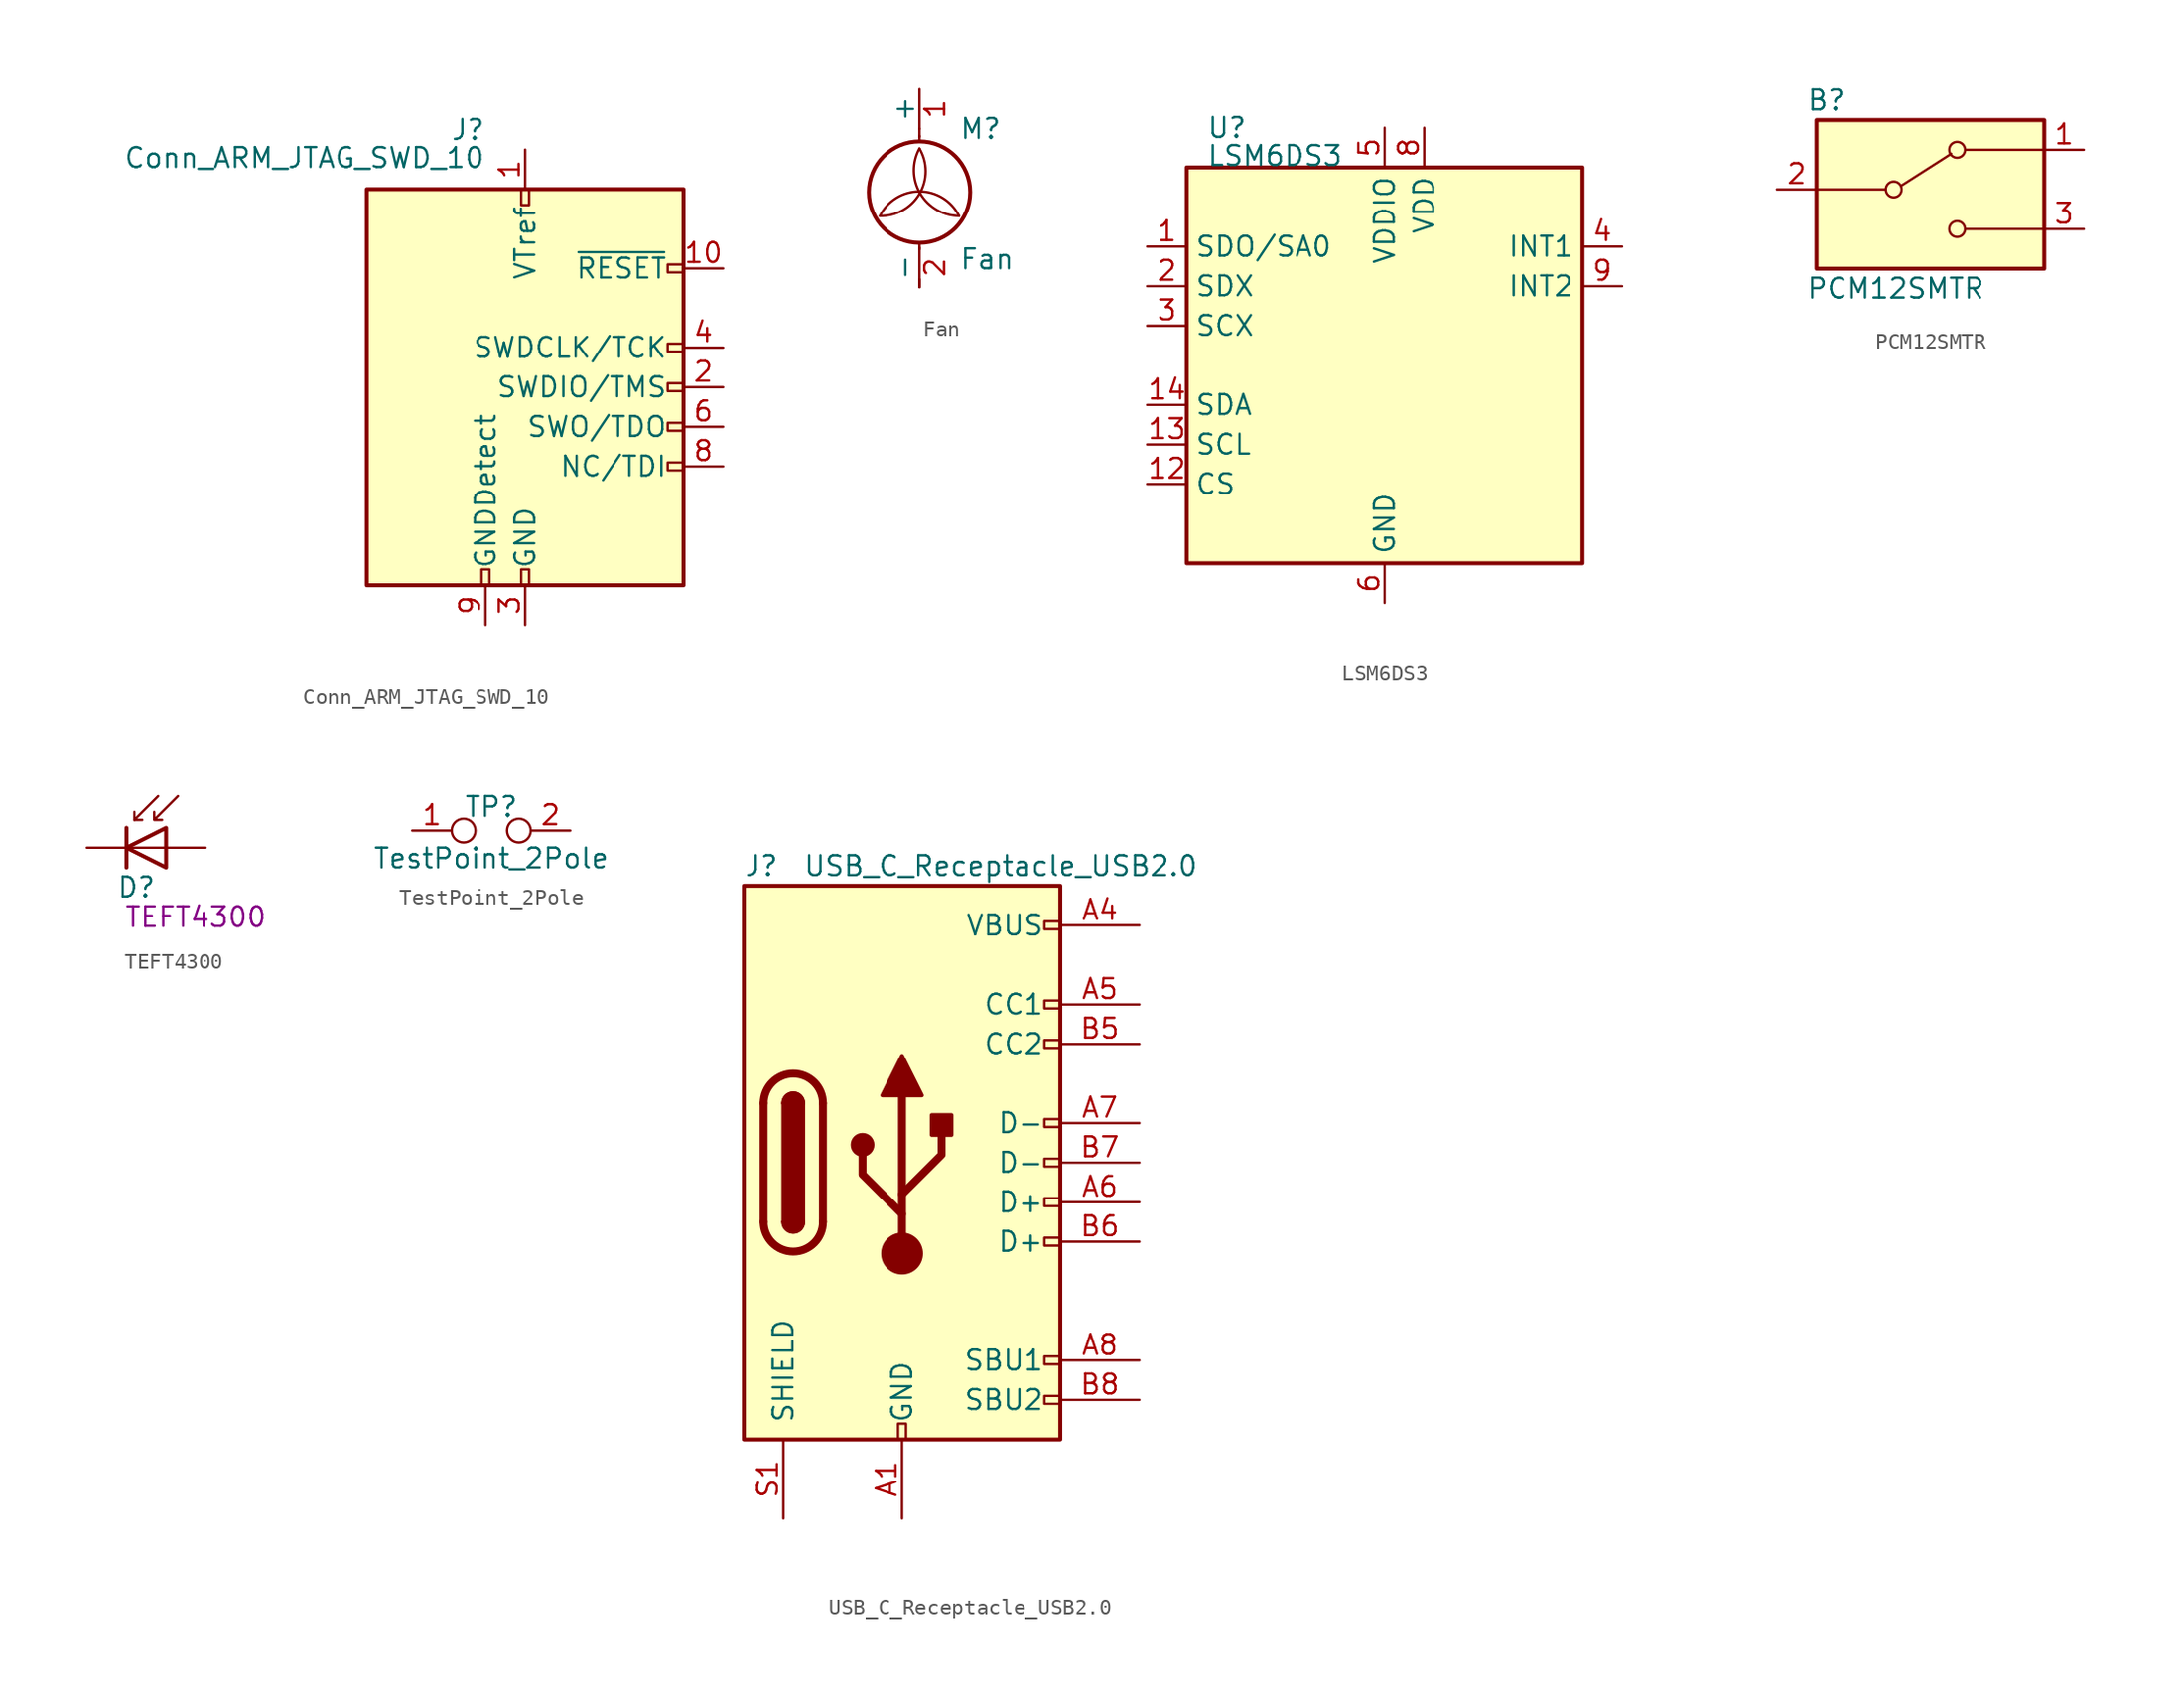
<source format=kicad_sym>
(kicad_symbol_lib
  (version 20220914)
  (generator kicad_symbol_editor)
  (symbol "Conn_ARM_JTAG_SWD_10"
    (pin_names
      (offset 1.016))
    (property "Reference" "J"
      (at -2.54 16.51 0)
      (effects (font (size 1.27 1.27)) (justify right)))
    (property "Value" "Conn_ARM_JTAG_SWD_10"
      (at -2.54 13.97 0)
      (effects (font (size 1.27 1.27)) (justify right bottom)))
    (symbol "Conn_ARM_JTAG_SWD_10_0_1"
      (rectangle (start -10.16 12.7) (end 10.16 -12.7) (stroke (width 0.254) (type default)) (fill (type background)))
      (rectangle (start -2.794 -12.7) (end -2.286 -11.684) (stroke (width 0) (type default)) (fill (type none)))
      (rectangle (start -0.254 -12.7) (end 0.254 -11.684) (stroke (width 0) (type default)) (fill (type none)))
      (rectangle (start -0.254 12.7) (end 0.254 11.684) (stroke (width 0) (type default)) (fill (type none)))
      (rectangle (start 9.144 2.286) (end 10.16 2.794) (stroke (width 0) (type default)) (fill (type none)))
      (rectangle (start 10.16 -2.794) (end 9.144 -2.286) (stroke (width 0) (type default)) (fill (type none)))
      (rectangle (start 10.16 -0.254) (end 9.144 0.254) (stroke (width 0) (type default)) (fill (type none)))
      (rectangle (start 10.16 7.874) (end 9.144 7.366) (stroke (width 0) (type default)) (fill (type none))))
    (symbol "Conn_ARM_JTAG_SWD_10_1_1"
      (rectangle (start 9.144 -5.334) (end 10.16 -4.826) (stroke (width 0) (type default)) (fill (type none)))
      (pin power_in line (at 0 15.24 270) (length 2.54) (name "VTref" (effects (font (size 1.27 1.27)))) (number "1" (effects (font (size 1.27 1.27)))))
      (pin open_collector line (at 12.7 7.62 180) (length 2.54) (name "~{RESET}" (effects (font (size 1.27 1.27)))) (number "10" (effects (font (size 1.27 1.27)))))
      (pin bidirectional line (at 12.7 0 180) (length 2.54) (name "SWDIO/TMS" (effects (font (size 1.27 1.27)))) (number "2" (effects (font (size 1.27 1.27)))))
      (pin power_in line (at 0 -15.24 90) (length 2.54) (name "GND" (effects (font (size 1.27 1.27)))) (number "3" (effects (font (size 1.27 1.27)))))
      (pin output line (at 12.7 2.54 180) (length 2.54) (name "SWDCLK/TCK" (effects (font (size 1.27 1.27)))) (number "4" (effects (font (size 1.27 1.27)))))
      (pin passive line (at 0 -15.24 90) (length 2.54) hide (name "GND" (effects (font (size 1.27 1.27)))) (number "5" (effects (font (size 1.27 1.27)))))
      (pin input line (at 12.7 -2.54 180) (length 2.54) (name "SWO/TDO" (effects (font (size 1.27 1.27)))) (number "6" (effects (font (size 1.27 1.27)))))
      (pin no_connect line (at -10.16 0 0) (length 2.54) hide (name "KEY" (effects (font (size 1.27 1.27)))) (number "7" (effects (font (size 1.27 1.27)))))
      (pin output line (at 12.7 -5.08 180) (length 2.54) (name "NC/TDI" (effects (font (size 1.27 1.27)))) (number "8" (effects (font (size 1.27 1.27)))))
      (pin passive line (at -2.54 -15.24 90) (length 2.54) (name "GNDDetect" (effects (font (size 1.27 1.27)))) (number "9" (effects (font (size 1.27 1.27)))))))
  (symbol "Fan"
    (pin_names
      (offset 0))
    (property "Reference" "M"
      (at 2.54 5.08 0)
      (effects (font (size 1.27 1.27)) (justify left)))
    (property "Value" "Fan"
      (at 2.54 -2.54 0)
      (effects (font (size 1.27 1.27)) (justify left top)))
    (symbol "Fan_0_1"
      (arc (start -2.54 -0.508) (mid 0.0028 0.9121) (end 0 3.81) (stroke (width 0) (type default)) (fill (type none)))
      (polyline (pts (xy 0 -5.08) (xy 0 -4.572)) (stroke (width 0) (type default)) (fill (type none)))
      (polyline (pts (xy 0 -2.235) (xy 0 -2.642)) (stroke (width 0) (type default)) (fill (type none)))
      (polyline (pts (xy 0 4.267) (xy 0 4.623)) (stroke (width 0) (type default)) (fill (type none)))
      (polyline (pts (xy 0 4.572) (xy 0 5.08)) (stroke (width 0) (type default)) (fill (type none)))
      (circle (center 0 1.016) (radius 3.251) (stroke (width 0.254) (type default)) (fill (type none)))
      (arc (start 0 3.81) (mid 0.053 0.921) (end 2.54 -0.508) (stroke (width 0) (type default)) (fill (type none)))
      (arc (start 2.54 -0.508) (mid 0 1.0618) (end -2.54 -0.508) (stroke (width 0) (type default)) (fill (type none))))
    (symbol "Fan_1_1"
      (pin passive line (at 0 7.62 270) (length 2.54) (name "+" (effects (font (size 1.27 1.27)))) (number "1" (effects (font (size 1.27 1.27)))))
      (pin passive line (at 0 -5.08 90) (length 2.54) (name "-" (effects (font (size 1.27 1.27)))) (number "2" (effects (font (size 1.27 1.27)))))))
  (symbol "LSM6DS3"
    (property "Reference" "U"
      (at -11.43 15.24 0)
      (effects (font (size 1.27 1.27)) (justify left)))
    (property "Value" "LSM6DS3"
      (at -11.43 12.7 0)
      (effects (font (size 1.27 1.27)) (justify left bottom)))
    (symbol "LSM6DS3_0_1"
      (rectangle (start -12.7 12.7) (end 12.7 -12.7) (stroke (width 0.254) (type default)) (fill (type background))))
    (symbol "LSM6DS3_1_1"
      (pin bidirectional line (at -15.24 7.62 0) (length 2.54) (name "SDO/SA0" (effects (font (size 1.27 1.27)))) (number "1" (effects (font (size 1.27 1.27)))))
      (pin no_connect line (at 12.7 -5.08 180) (length 3.81) hide (name "NC" (effects (font (size 1.27 1.27)))) (number "10" (effects (font (size 1.27 1.27)))))
      (pin no_connect line (at 12.7 -2.54 180) (length 3.81) hide (name "NC" (effects (font (size 1.27 1.27)))) (number "11" (effects (font (size 1.27 1.27)))))
      (pin input line (at -15.24 -7.62 0) (length 2.54) (name "CS" (effects (font (size 1.27 1.27)))) (number "12" (effects (font (size 1.27 1.27)))))
      (pin input line (at -15.24 -5.08 0) (length 2.54) (name "SCL" (effects (font (size 1.27 1.27)))) (number "13" (effects (font (size 1.27 1.27)))))
      (pin bidirectional line (at -15.24 -2.54 0) (length 2.54) (name "SDA" (effects (font (size 1.27 1.27)))) (number "14" (effects (font (size 1.27 1.27)))))
      (pin bidirectional line (at -15.24 5.08 0) (length 2.54) (name "SDX" (effects (font (size 1.27 1.27)))) (number "2" (effects (font (size 1.27 1.27)))))
      (pin input line (at -15.24 2.54 0) (length 2.54) (name "SCX" (effects (font (size 1.27 1.27)))) (number "3" (effects (font (size 1.27 1.27)))))
      (pin output line (at 15.24 7.62 180) (length 2.54) (name "INT1" (effects (font (size 1.27 1.27)))) (number "4" (effects (font (size 1.27 1.27)))))
      (pin power_in line (at 0 15.24 270) (length 2.54) (name "VDDIO" (effects (font (size 1.27 1.27)))) (number "5" (effects (font (size 1.27 1.27)))))
      (pin power_in line (at 0 -15.24 90) (length 2.54) (name "GND" (effects (font (size 1.27 1.27)))) (number "6" (effects (font (size 1.27 1.27)))))
      (pin passive line (at 0 -15.24 90) (length 2.54) hide (name "GND" (effects (font (size 1.27 1.27)))) (number "7" (effects (font (size 1.27 1.27)))))
      (pin power_in line (at 2.54 15.24 270) (length 2.54) (name "VDD" (effects (font (size 1.27 1.27)))) (number "8" (effects (font (size 1.27 1.27)))))
      (pin output line (at 15.24 5.08 180) (length 2.54) (name "INT2" (effects (font (size 1.27 1.27)))) (number "9" (effects (font (size 1.27 1.27)))))))
  (symbol "PCM12SMTR"
    (pin_names hide)
    (property "Reference" "B"
      (at -1.27 -1.905 0)
      (effects (font (size 1.27 1.27))))
    (property "Value" "PCM12SMTR"
      (at 3.175 -13.97 0)
      (effects (font (size 1.27 1.27))))
    (symbol "PCM12SMTR_0_0"
      (circle (center 3.048 -7.62) (radius 0.508) (stroke (width 0) (type default)) (fill (type none)))
      (circle (center 7.112 -10.16) (radius 0.508) (stroke (width 0) (type default)) (fill (type none))))
    (symbol "PCM12SMTR_0_1"
      (rectangle (start -1.905 -3.175) (end 12.7 -12.7) (stroke (width 0.254) (type default)) (fill (type background)))
      (polyline (pts (xy -1.905 -7.62) (xy 2.54 -7.62)) (stroke (width 0) (type default)) (fill (type none)))
      (polyline (pts (xy 3.556 -7.366) (xy 6.731 -5.334)) (stroke (width 0) (type default)) (fill (type none)))
      (polyline (pts (xy 7.62 -5.08) (xy 12.7 -5.08)) (stroke (width 0) (type default)) (fill (type none)))
      (polyline (pts (xy 12.7 -10.16) (xy 7.62 -10.16)) (stroke (width 0) (type default)) (fill (type none)))
      (circle (center 7.112 -5.08) (radius 0.508) (stroke (width 0) (type default)) (fill (type none))))
    (symbol "PCM12SMTR_1_1"
      (pin passive line (at 15.24 -5.08 180) (length 2.54) (name "A" (effects (font (size 1.27 1.27)))) (number "1" (effects (font (size 1.27 1.27)))))
      (pin passive line (at -4.445 -7.62 0) (length 2.54) (name "B" (effects (font (size 1.27 1.27)))) (number "2" (effects (font (size 1.27 1.27)))))
      (pin passive line (at 15.24 -10.16 180) (length 2.54) (name "C" (effects (font (size 1.27 1.27)))) (number "3" (effects (font (size 1.27 1.27)))))))
  (symbol "TEFT4300"
    (pin_numbers hide)
    (pin_names hide)
    (property "Reference" "D"
      (at -0.635 -2.54 0)
      (effects (font (size 1.27 1.27))))
    (property "Part number" "TEFT4300"
      (at 3.175 -4.445 0)
      (effects (font (size 1.27 1.27))))
    (symbol "TEFT4300_0_1"
      (polyline (pts (xy -1.27 1.27) (xy -1.27 -1.27)) (stroke (width 0.254) (type default)) (fill (type none)))
      (polyline (pts (xy -0.762 1.778) (xy -0.254 1.778)) (stroke (width 0) (type default)) (fill (type none)))
      (polyline (pts (xy 1.27 0) (xy -1.27 0)) (stroke (width 0) (type default)) (fill (type none)))
      (polyline (pts (xy 0.762 3.302) (xy -0.762 1.778) (xy -0.762 2.286)) (stroke (width 0) (type default)) (fill (type none)))
      (polyline (pts (xy 1.27 -1.27) (xy 1.27 1.27) (xy -1.27 0) (xy 1.27 -1.27)) (stroke (width 0.254) (type default)) (fill (type none)))
      (polyline (pts (xy 2.032 3.302) (xy 0.508 1.778) (xy 0.508 2.286) (xy 0.508 1.778) (xy 1.016 1.778)) (stroke (width 0) (type default)) (fill (type none))))
    (symbol "TEFT4300_1_1"
      (pin passive line (at -3.81 0 0) (length 2.54) (name "K" (effects (font (size 1.27 1.27)))) (number "1" (effects (font (size 1.27 1.27)))))
      (pin passive line (at 3.81 0 180) (length 2.54) (name "A" (effects (font (size 1.27 1.27)))) (number "2" (effects (font (size 1.27 1.27)))))))
  (symbol "TestPoint_2Pole"
    (pin_names
      (offset 0.762) hide)
    (property "Reference" "TP"
      (at 0 1.524 0)
      (effects (font (size 1.27 1.27))))
    (property "Value" "TestPoint_2Pole"
      (at 0 -1.778 0)
      (effects (font (size 1.27 1.27))))
    (symbol "TestPoint_2Pole_0_1"
      (circle (center -1.778 0) (radius 0.762) (stroke (width 0) (type default)) (fill (type none)))
      (circle (center 1.778 0) (radius 0.762) (stroke (width 0) (type default)) (fill (type none)))
      (pin passive line (at -5.08 0 0) (length 2.54) (name "1" (effects (font (size 1.27 1.27)))) (number "1" (effects (font (size 1.27 1.27)))))
      (pin passive line (at 5.08 0 180) (length 2.54) (name "2" (effects (font (size 1.27 1.27)))) (number "2" (effects (font (size 1.27 1.27)))))))
  (symbol "USB_C_Receptacle_USB2.0"
    (pin_names
      (offset 1.016))
    (property "Reference" "J"
      (at -10.16 19.05 0)
      (effects (font (size 1.27 1.27)) (justify left)))
    (property "Value" "USB_C_Receptacle_USB2.0"
      (at 19.05 19.05 0)
      (effects (font (size 1.27 1.27)) (justify right)))
    (symbol "USB_C_Receptacle_USB2.0_0_0"
      (rectangle (start -0.254 -17.78) (end 0.254 -16.764) (stroke (width 0) (type default)) (fill (type none)))
      (rectangle (start 10.16 -14.986) (end 9.144 -15.494) (stroke (width 0) (type default)) (fill (type none)))
      (rectangle (start 10.16 -12.446) (end 9.144 -12.954) (stroke (width 0) (type default)) (fill (type none)))
      (rectangle (start 10.16 -4.826) (end 9.144 -5.334) (stroke (width 0) (type default)) (fill (type none)))
      (rectangle (start 10.16 -2.286) (end 9.144 -2.794) (stroke (width 0) (type default)) (fill (type none)))
      (rectangle (start 10.16 0.254) (end 9.144 -0.254) (stroke (width 0) (type default)) (fill (type none)))
      (rectangle (start 10.16 2.794) (end 9.144 2.286) (stroke (width 0) (type default)) (fill (type none)))
      (rectangle (start 10.16 7.874) (end 9.144 7.366) (stroke (width 0) (type default)) (fill (type none)))
      (rectangle (start 10.16 10.414) (end 9.144 9.906) (stroke (width 0) (type default)) (fill (type none)))
      (rectangle (start 10.16 15.494) (end 9.144 14.986) (stroke (width 0) (type default)) (fill (type none))))
    (symbol "USB_C_Receptacle_USB2.0_0_1"
      (rectangle (start -10.16 17.78) (end 10.16 -17.78) (stroke (width 0.254) (type default)) (fill (type background)))
      (arc (start -8.89 -3.81) (mid -6.985 -5.7067) (end -5.08 -3.81) (stroke (width 0.508) (type default)) (fill (type none)))
      (arc (start -7.62 -3.81) (mid -6.985 -4.4423) (end -6.35 -3.81) (stroke (width 0.254) (type default)) (fill (type none)))
      (arc (start -7.62 -3.81) (mid -6.985 -4.4423) (end -6.35 -3.81) (stroke (width 0.254) (type default)) (fill (type outline)))
      (rectangle (start -7.62 -3.81) (end -6.35 3.81) (stroke (width 0.254) (type default)) (fill (type outline)))
      (arc (start -6.35 3.81) (mid -6.985 4.4423) (end -7.62 3.81) (stroke (width 0.254) (type default)) (fill (type none)))
      (arc (start -6.35 3.81) (mid -6.985 4.4423) (end -7.62 3.81) (stroke (width 0.254) (type default)) (fill (type outline)))
      (arc (start -5.08 3.81) (mid -6.985 5.7067) (end -8.89 3.81) (stroke (width 0.508) (type default)) (fill (type none)))
      (circle (center -2.54 1.143) (radius 0.635) (stroke (width 0.254) (type default)) (fill (type outline)))
      (circle (center 0 -5.842) (radius 1.27) (stroke (width 0) (type default)) (fill (type outline)))
      (polyline (pts (xy -8.89 -3.81) (xy -8.89 3.81)) (stroke (width 0.508) (type default)) (fill (type none)))
      (polyline (pts (xy -5.08 3.81) (xy -5.08 -3.81)) (stroke (width 0.508) (type default)) (fill (type none)))
      (polyline (pts (xy 0 -5.842) (xy 0 4.318)) (stroke (width 0.508) (type default)) (fill (type none)))
      (polyline (pts (xy 0 -3.302) (xy -2.54 -0.762) (xy -2.54 0.508)) (stroke (width 0.508) (type default)) (fill (type none)))
      (polyline (pts (xy 0 -2.032) (xy 2.54 0.508) (xy 2.54 1.778)) (stroke (width 0.508) (type default)) (fill (type none)))
      (polyline (pts (xy -1.27 4.318) (xy 0 6.858) (xy 1.27 4.318) (xy -1.27 4.318)) (stroke (width 0.254) (type default)) (fill (type outline)))
      (rectangle (start 1.905 1.778) (end 3.175 3.048) (stroke (width 0.254) (type default)) (fill (type outline))))
    (symbol "USB_C_Receptacle_USB2.0_1_1"
      (pin passive line (at 0 -22.86 90) (length 5.08) (name "GND" (effects (font (size 1.27 1.27)))) (number "A1" (effects (font (size 1.27 1.27)))))
      (pin passive line (at 0 -22.86 90) (length 5.08) hide (name "GND" (effects (font (size 1.27 1.27)))) (number "A12" (effects (font (size 1.27 1.27)))))
      (pin passive line (at 15.24 15.24 180) (length 5.08) (name "VBUS" (effects (font (size 1.27 1.27)))) (number "A4" (effects (font (size 1.27 1.27)))))
      (pin bidirectional line (at 15.24 10.16 180) (length 5.08) (name "CC1" (effects (font (size 1.27 1.27)))) (number "A5" (effects (font (size 1.27 1.27)))))
      (pin bidirectional line (at 15.24 -2.54 180) (length 5.08) (name "D+" (effects (font (size 1.27 1.27)))) (number "A6" (effects (font (size 1.27 1.27)))))
      (pin bidirectional line (at 15.24 2.54 180) (length 5.08) (name "D-" (effects (font (size 1.27 1.27)))) (number "A7" (effects (font (size 1.27 1.27)))))
      (pin bidirectional line (at 15.24 -12.7 180) (length 5.08) (name "SBU1" (effects (font (size 1.27 1.27)))) (number "A8" (effects (font (size 1.27 1.27)))))
      (pin passive line (at 15.24 15.24 180) (length 5.08) hide (name "VBUS" (effects (font (size 1.27 1.27)))) (number "A9" (effects (font (size 1.27 1.27)))))
      (pin passive line (at 0 -22.86 90) (length 5.08) hide (name "GND" (effects (font (size 1.27 1.27)))) (number "B1" (effects (font (size 1.27 1.27)))))
      (pin passive line (at 0 -22.86 90) (length 5.08) hide (name "GND" (effects (font (size 1.27 1.27)))) (number "B12" (effects (font (size 1.27 1.27)))))
      (pin passive line (at 15.24 15.24 180) (length 5.08) hide (name "VBUS" (effects (font (size 1.27 1.27)))) (number "B4" (effects (font (size 1.27 1.27)))))
      (pin bidirectional line (at 15.24 7.62 180) (length 5.08) (name "CC2" (effects (font (size 1.27 1.27)))) (number "B5" (effects (font (size 1.27 1.27)))))
      (pin bidirectional line (at 15.24 -5.08 180) (length 5.08) (name "D+" (effects (font (size 1.27 1.27)))) (number "B6" (effects (font (size 1.27 1.27)))))
      (pin bidirectional line (at 15.24 0 180) (length 5.08) (name "D-" (effects (font (size 1.27 1.27)))) (number "B7" (effects (font (size 1.27 1.27)))))
      (pin bidirectional line (at 15.24 -15.24 180) (length 5.08) (name "SBU2" (effects (font (size 1.27 1.27)))) (number "B8" (effects (font (size 1.27 1.27)))))
      (pin passive line (at 15.24 15.24 180) (length 5.08) hide (name "VBUS" (effects (font (size 1.27 1.27)))) (number "B9" (effects (font (size 1.27 1.27)))))
      (pin passive line (at -7.62 -22.86 90) (length 5.08) (name "SHIELD" (effects (font (size 1.27 1.27)))) (number "S1" (effects (font (size 1.27 1.27))))))))
</source>
